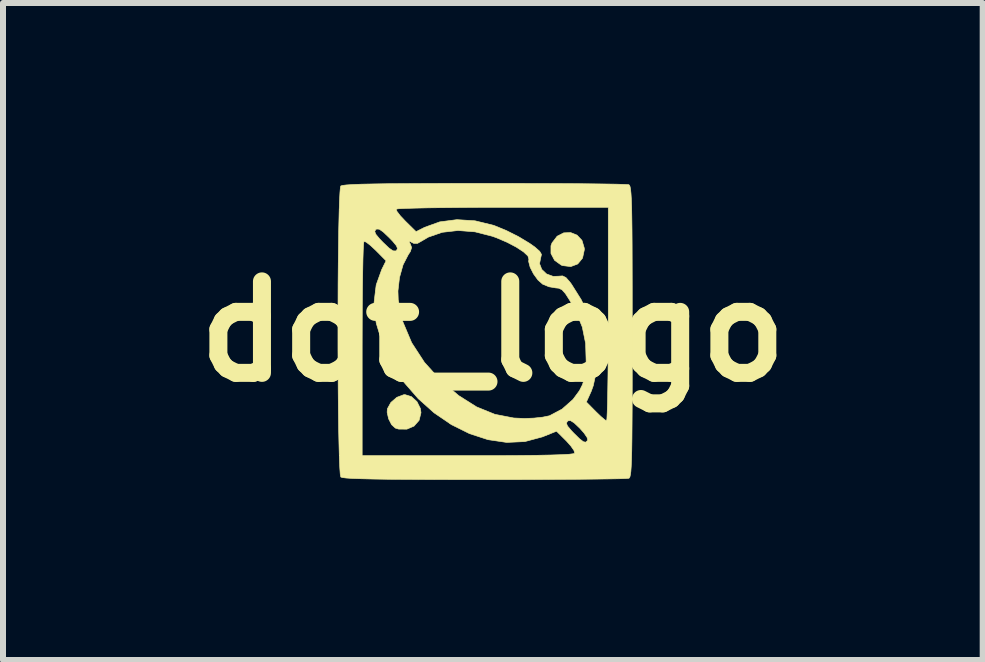
<source format=kicad_pcb>
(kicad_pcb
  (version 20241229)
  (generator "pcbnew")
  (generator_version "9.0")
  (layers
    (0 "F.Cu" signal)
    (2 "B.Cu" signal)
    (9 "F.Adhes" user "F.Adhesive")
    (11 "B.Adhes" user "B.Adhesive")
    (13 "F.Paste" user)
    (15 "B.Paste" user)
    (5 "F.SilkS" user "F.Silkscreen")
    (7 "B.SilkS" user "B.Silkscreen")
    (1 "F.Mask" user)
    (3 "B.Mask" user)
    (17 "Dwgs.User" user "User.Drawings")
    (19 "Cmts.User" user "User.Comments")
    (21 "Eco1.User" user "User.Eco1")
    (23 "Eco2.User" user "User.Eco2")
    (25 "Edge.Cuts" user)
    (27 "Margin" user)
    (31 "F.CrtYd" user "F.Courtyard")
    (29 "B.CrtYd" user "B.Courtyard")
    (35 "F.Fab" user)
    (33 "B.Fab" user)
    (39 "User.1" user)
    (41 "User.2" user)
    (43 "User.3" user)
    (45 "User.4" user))
  (footprint "dot_logo"
    (layer "F.Cu")
    (at 5.16 2.472)
    (property "Reference" "dot_logo" (at 0 0 0) (layer "F.SilkS") (effects (font (size 1.524 1.524) (thickness 0.3))))
    (attr through_hole)
    (fp_poly (pts (xy 1.403 -1.605) (xy 1.485 -1.517) (xy 1.523 -1.389) (xy 1.524 -1.361) (xy 1.494 -1.222) (xy 1.414 -1.125) (xy 1.298 -1.081) (xy 1.159 -1.098) (xy 1.138 -1.107) (xy 1.028 -1.186) (xy 0.968 -1.3) (xy 0.968 -1.428) (xy 0.986 -1.476) (xy 1.071 -1.587) (xy 1.18 -1.643) (xy 1.296 -1.648) (xy 1.403 -1.605)) (stroke (width 0.01) (type solid)) (fill yes) (layer "F.SilkS"))
    (fp_poly (pts (xy -1.356 1.085) (xy -1.264 1.169) (xy -1.207 1.283) (xy -1.197 1.353) (xy -1.229 1.481) (xy -1.313 1.576) (xy -1.432 1.627) (xy -1.57 1.626) (xy -1.625 1.609) (xy -1.687 1.552) (xy -1.737 1.454) (xy -1.761 1.346) (xy -1.757 1.288) (xy -1.699 1.183) (xy -1.6 1.097) (xy -1.487 1.054) (xy -1.463 1.052) (xy -1.356 1.085)) (stroke (width 0.01) (type solid)) (fill yes) (layer "F.SilkS"))
    (fp_poly (pts (xy 0.267 -2.467) (xy 0.653 -2.466) (xy 1.013 -2.465) (xy 1.34 -2.463) (xy 1.627 -2.46) (xy 1.869 -2.457) (xy 2.059 -2.454) (xy 2.19 -2.45) (xy 2.258 -2.447) (xy 2.265 -2.445) (xy 2.276 -2.436) (xy 2.286 -2.412) (xy 2.294 -2.37) (xy 2.301 -2.303) (xy 2.307 -2.208) (xy 2.312 -2.079) (xy 2.315 -1.911) (xy 2.318 -1.699) (xy 2.32 -1.438) (xy 2.321 -1.122) (xy 2.322 -0.747) (xy 2.322 -0.308) (xy 2.322 0) (xy 2.322 0.482) (xy 2.322 0.896) (xy 2.321 1.248) (xy 2.319 1.542) (xy 2.317 1.785) (xy 2.314 1.98) (xy 2.31 2.132) (xy 2.305 2.248) (xy 2.299 2.332) (xy 2.291 2.388) (xy 2.283 2.423) (xy 2.272 2.441) (xy 2.265 2.445) (xy 2.219 2.449) (xy 2.108 2.453) (xy 1.936 2.456) (xy 1.71 2.459) (xy 1.437 2.462) (xy 1.122 2.464) (xy 0.772 2.466) (xy 0.394 2.467) (xy -0.008 2.467) (xy -0.141 2.467) (xy -0.641 2.467) (xy -1.073 2.466) (xy -1.441 2.464) (xy -1.747 2.462) (xy -1.997 2.458) (xy -2.194 2.453) (xy -2.342 2.448) (xy -2.445 2.441) (xy -2.508 2.433) (xy -2.533 2.424) (xy -2.542 2.379) (xy -2.55 2.269) (xy -2.557 2.102) (xy -2.563 1.884) (xy -2.569 1.623) (xy -2.573 1.326) (xy -2.576 1.001) (xy -2.578 0.656) (xy -2.58 0.297) (xy -2.58 0.292) (xy -2.177 0.292) (xy -2.177 2.068) (xy -0.419 2.068) (xy 0.026 2.068) (xy 0.402 2.066) (xy 0.711 2.063) (xy 0.957 2.058) (xy 1.142 2.052) (xy 1.27 2.045) (xy 1.342 2.036) (xy 1.363 2.028) (xy 1.352 1.983) (xy 1.299 1.907) (xy 1.225 1.824) (xy 1.061 1.661) (xy 0.824 1.756) (xy 0.533 1.834) (xy 0.23 1.848) (xy -0.081 1.802) (xy -0.39 1.701) (xy -0.692 1.551) (xy -0.726 1.527) (xy 1.225 1.527) (xy 1.244 1.575) (xy 1.308 1.651) (xy 1.348 1.693) (xy 1.446 1.789) (xy 1.509 1.837) (xy 1.548 1.844) (xy 1.578 1.815) (xy 1.581 1.811) (xy 1.57 1.766) (xy 1.518 1.69) (xy 1.449 1.612) (xy 1.356 1.524) (xy 1.295 1.485) (xy 1.252 1.488) (xy 1.244 1.495) (xy 1.225 1.527) (xy -0.726 1.527) (xy -0.979 1.355) (xy -1.243 1.119) (xy -1.479 0.848) (xy -1.678 0.547) (xy -1.834 0.22) (xy -1.939 -0.127) (xy -1.946 -0.158) (xy -1.979 -0.478) (xy -1.956 -0.675) (xy -1.581 -0.675) (xy -1.576 -0.526) (xy -1.5 -0.163) (xy -1.353 0.186) (xy -1.139 0.515) (xy -0.871 0.811) (xy -0.569 1.068) (xy -0.269 1.257) (xy 0.034 1.38) (xy 0.348 1.441) (xy 0.526 1.449) (xy 0.684 1.443) (xy 0.831 1.427) (xy 0.938 1.405) (xy 0.947 1.402) (xy 1.153 1.293) (xy 1.335 1.132) (xy 1.443 0.985) (xy 1.492 0.888) (xy 1.524 0.79) (xy 1.543 0.666) (xy 1.554 0.493) (xy 1.554 0.492) (xy 1.545 0.197) (xy 1.49 -0.074) (xy 1.38 -0.342) (xy 1.282 -0.517) (xy 1.209 -0.631) (xy 1.152 -0.695) (xy 1.097 -0.721) (xy 1.046 -0.726) (xy 0.935 -0.745) (xy 0.83 -0.788) (xy 0.751 -0.858) (xy 0.677 -0.96) (xy 0.621 -1.071) (xy 0.596 -1.167) (xy 0.6 -1.205) (xy 0.584 -1.258) (xy 0.51 -1.327) (xy 0.391 -1.405) (xy 0.239 -1.485) (xy 0.064 -1.56) (xy -0.008 -1.586) (xy -0.297 -1.66) (xy -0.58 -1.682) (xy -0.844 -1.652) (xy -1.075 -1.572) (xy -1.175 -1.513) (xy -1.256 -1.467) (xy -1.316 -1.467) (xy -1.348 -1.483) (xy -1.395 -1.508) (xy -1.391 -1.485) (xy -1.374 -1.457) (xy -1.353 -1.398) (xy -1.374 -1.332) (xy -1.409 -1.279) (xy -1.496 -1.11) (xy -1.555 -0.9) (xy -1.581 -0.675) (xy -1.956 -0.675) (xy -1.943 -0.777) (xy -1.852 -1.03) (xy -1.779 -1.178) (xy -1.948 -1.349) (xy -2.038 -1.433) (xy -2.109 -1.488) (xy -2.147 -1.502) (xy -2.153 -1.463) (xy -2.159 -1.359) (xy -2.164 -1.196) (xy -2.168 -0.981) (xy -2.172 -0.723) (xy -2.175 -0.427) (xy -2.176 -0.1) (xy -2.177 0.25) (xy -2.177 0.292) (xy -2.58 0.292) (xy -2.58 -0.068) (xy -2.579 -0.432) (xy -2.578 -0.787) (xy -2.575 -1.125) (xy -2.571 -1.44) (xy -2.568 -1.667) (xy -1.968 -1.667) (xy -1.949 -1.619) (xy -1.887 -1.544) (xy -1.828 -1.483) (xy -1.729 -1.389) (xy -1.664 -1.344) (xy -1.621 -1.341) (xy -1.606 -1.35) (xy -1.588 -1.381) (xy -1.607 -1.429) (xy -1.669 -1.504) (xy -1.728 -1.565) (xy -1.827 -1.659) (xy -1.892 -1.704) (xy -1.935 -1.707) (xy -1.95 -1.698) (xy -1.968 -1.667) (xy -2.568 -1.667) (xy -2.567 -1.725) (xy -2.561 -1.97) (xy -2.559 -2.038) (xy -1.611 -2.038) (xy -1.597 -2) (xy -1.541 -1.927) (xy -1.456 -1.837) (xy -1.454 -1.835) (xy -1.279 -1.663) (xy -1.137 -1.735) (xy -0.885 -1.826) (xy -0.599 -1.863) (xy -0.297 -1.844) (xy 0.007 -1.77) (xy 0.025 -1.764) (xy 0.222 -1.683) (xy 0.427 -1.58) (xy 0.61 -1.47) (xy 0.698 -1.408) (xy 0.78 -1.336) (xy 0.81 -1.284) (xy 0.799 -1.234) (xy 0.798 -1.233) (xy 0.778 -1.13) (xy 0.815 -1.034) (xy 0.895 -0.958) (xy 1.005 -0.918) (xy 1.093 -0.921) (xy 1.161 -0.926) (xy 1.217 -0.899) (xy 1.28 -0.828) (xy 1.31 -0.788) (xy 1.472 -0.53) (xy 1.61 -0.241) (xy 1.688 -0.02) (xy 1.729 0.196) (xy 1.739 0.44) (xy 1.72 0.684) (xy 1.673 0.902) (xy 1.639 0.996) (xy 1.558 1.175) (xy 1.712 1.331) (xy 1.798 1.414) (xy 1.865 1.471) (xy 1.894 1.488) (xy 1.9 1.453) (xy 1.905 1.352) (xy 1.91 1.192) (xy 1.914 0.981) (xy 1.918 0.725) (xy 1.921 0.431) (xy 1.922 0.106) (xy 1.923 -0.242) (xy 1.923 -0.29) (xy 1.923 -2.068) (xy 0.165 -2.068) (xy -0.185 -2.068) (xy -0.512 -2.066) (xy -0.811 -2.063) (xy -1.072 -2.06) (xy -1.29 -2.055) (xy -1.457 -2.05) (xy -1.566 -2.045) (xy -1.61 -2.039) (xy -1.611 -2.038) (xy -2.559 -2.038) (xy -2.555 -2.171) (xy -2.547 -2.317) (xy -2.539 -2.404) (xy -2.533 -2.424) (xy -2.506 -2.433) (xy -2.441 -2.441) (xy -2.336 -2.448) (xy -2.185 -2.454) (xy -1.986 -2.458) (xy -1.733 -2.462) (xy -1.423 -2.464) (xy -1.053 -2.466) (xy -0.618 -2.467) (xy -0.141 -2.467) (xy 0.267 -2.467)) (stroke (width 0.01) (type solid)) (fill yes) (layer "F.SilkS")))
  (gr_rect
    (start -3 -3)
    (end 13.32 7.945)
    (stroke (width 0.1) (type default))
    (fill no)
    (layer "Edge.Cuts")))
</source>
